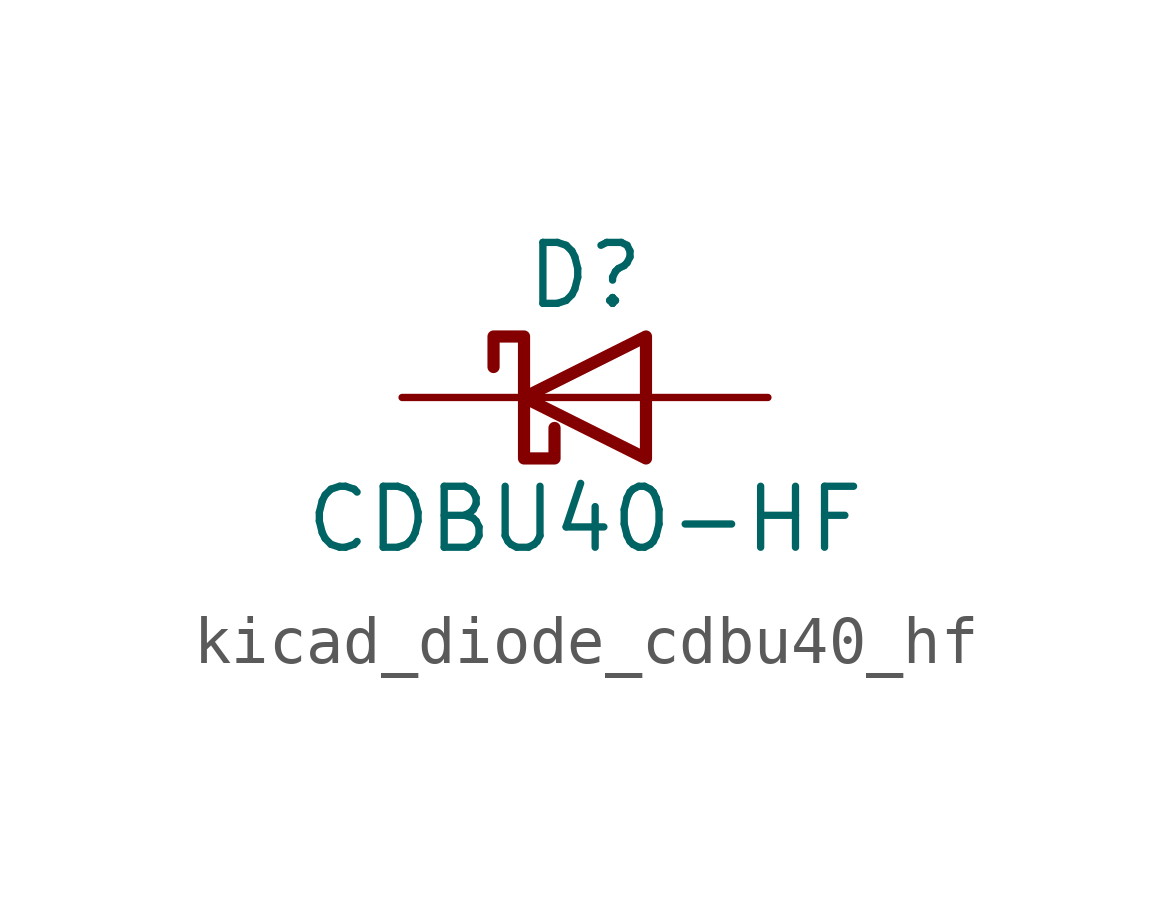
<source format=kicad_sym>
(kicad_symbol_lib
  (version 20220914)
  (generator kicad_symbol_editor)
  (symbol "kicad_diode_cdbu40_hf"
    (pin_numbers hide)
    (pin_names hide)
    (property "Reference" "D"
      (at 0 2.54 0)
      (effects (font (size 1.27 1.27))))
    (property "Value" "CDBU40-HF"
      (at 0 -2.54 0)
      (effects (font (size 1.27 1.27))))
    (symbol "kicad_diode_cdbu40_hf_0_1"
      (polyline (pts (xy 1.27 0) (xy -1.27 0)) (stroke (width 0) (type default)) (fill (type none)))
      (polyline (pts (xy 1.27 1.27) (xy 1.27 -1.27) (xy -1.27 0) (xy 1.27 1.27)) (stroke (width 0.254) (type default)) (fill (type none)))
      (polyline (pts (xy -1.905 0.635) (xy -1.905 1.27) (xy -1.27 1.27) (xy -1.27 -1.27) (xy -0.635 -1.27) (xy -0.635 -0.635)) (stroke (width 0.254) (type default)) (fill (type none))))
    (symbol "kicad_diode_cdbu40_hf_1_1"
      (pin passive line (at -3.81 0 0) (length 2.54) (name "K" (effects (font (size 1.27 1.27)))) (number "1" (effects (font (size 1.27 1.27)))))
      (pin passive line (at 3.81 0 180) (length 2.54) (name "A" (effects (font (size 1.27 1.27)))) (number "2" (effects (font (size 1.27 1.27))))))))
</source>
